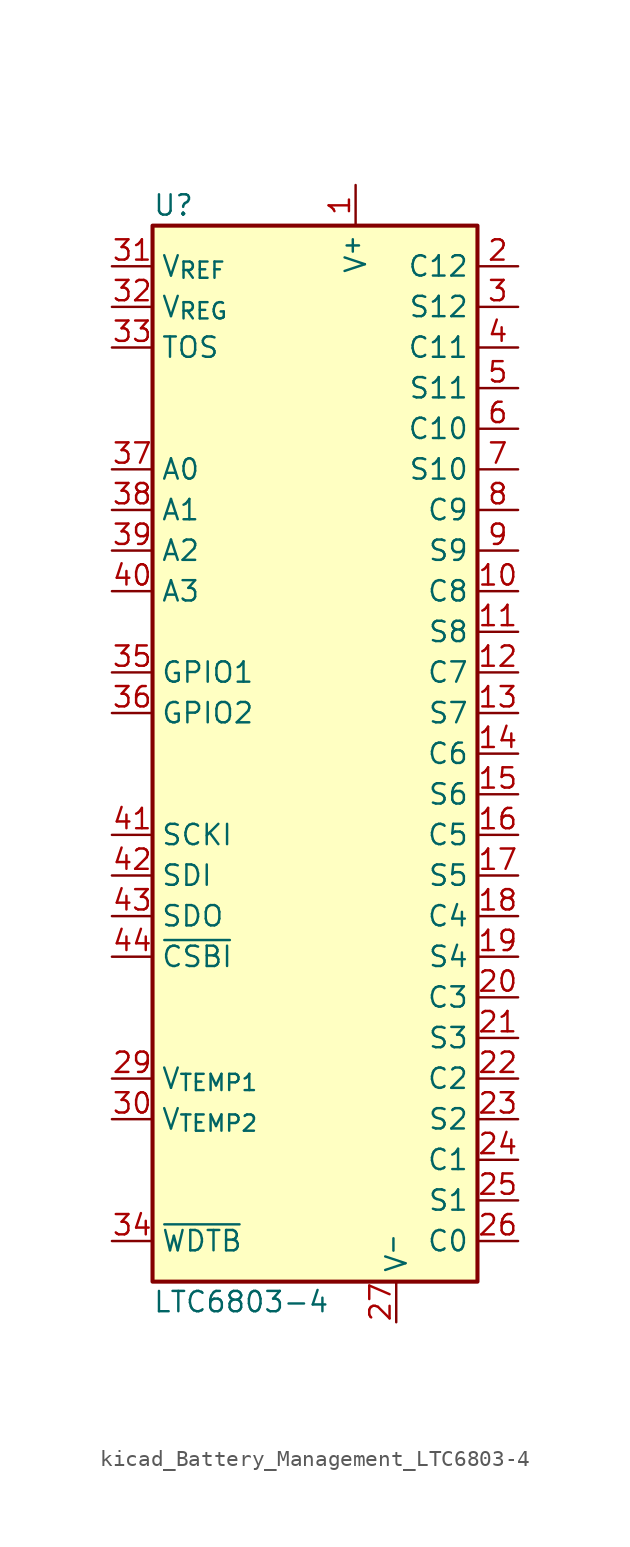
<source format=kicad_sym>
(kicad_symbol_lib
  (version 20220914)
  (generator kicad_symbol_editor)
  (symbol "kicad_Battery_Management_LTC6803-4"
    (property "Reference" "U"
      (at -10.16 34.29 0)
      (effects (font (size 1.27 1.27)) (justify left)))
    (property "Value" "LTC6803-4"
      (at -10.16 -34.29 0)
      (effects (font (size 1.27 1.27)) (justify left)))
    (symbol "kicad_Battery_Management_LTC6803-4_0_1"
      (rectangle (start 10.16 -33.02) (end -10.16 33.02) (stroke (width 0.254) (type default)) (fill (type background))))
    (symbol "kicad_Battery_Management_LTC6803-4_1_1"
      (pin input line (at 2.54 35.56 270) (length 2.54) (name "V^{+}" (effects (font (size 1.27 1.27)))) (number "1" (effects (font (size 1.27 1.27)))))
      (pin input line (at 12.7 10.16 180) (length 2.54) (name "C8" (effects (font (size 1.27 1.27)))) (number "10" (effects (font (size 1.27 1.27)))))
      (pin input line (at 12.7 7.62 180) (length 2.54) (name "S8" (effects (font (size 1.27 1.27)))) (number "11" (effects (font (size 1.27 1.27)))))
      (pin input line (at 12.7 5.08 180) (length 2.54) (name "C7" (effects (font (size 1.27 1.27)))) (number "12" (effects (font (size 1.27 1.27)))))
      (pin input line (at 12.7 2.54 180) (length 2.54) (name "S7" (effects (font (size 1.27 1.27)))) (number "13" (effects (font (size 1.27 1.27)))))
      (pin input line (at 12.7 0 180) (length 2.54) (name "C6" (effects (font (size 1.27 1.27)))) (number "14" (effects (font (size 1.27 1.27)))))
      (pin input line (at 12.7 -2.54 180) (length 2.54) (name "S6" (effects (font (size 1.27 1.27)))) (number "15" (effects (font (size 1.27 1.27)))))
      (pin input line (at 12.7 -5.08 180) (length 2.54) (name "C5" (effects (font (size 1.27 1.27)))) (number "16" (effects (font (size 1.27 1.27)))))
      (pin input line (at 12.7 -7.62 180) (length 2.54) (name "S5" (effects (font (size 1.27 1.27)))) (number "17" (effects (font (size 1.27 1.27)))))
      (pin input line (at 12.7 -10.16 180) (length 2.54) (name "C4" (effects (font (size 1.27 1.27)))) (number "18" (effects (font (size 1.27 1.27)))))
      (pin input line (at 12.7 -12.7 180) (length 2.54) (name "S4" (effects (font (size 1.27 1.27)))) (number "19" (effects (font (size 1.27 1.27)))))
      (pin input line (at 12.7 30.48 180) (length 2.54) (name "C12" (effects (font (size 1.27 1.27)))) (number "2" (effects (font (size 1.27 1.27)))))
      (pin input line (at 12.7 -15.24 180) (length 2.54) (name "C3" (effects (font (size 1.27 1.27)))) (number "20" (effects (font (size 1.27 1.27)))))
      (pin input line (at 12.7 -17.78 180) (length 2.54) (name "S3" (effects (font (size 1.27 1.27)))) (number "21" (effects (font (size 1.27 1.27)))))
      (pin input line (at 12.7 -20.32 180) (length 2.54) (name "C2" (effects (font (size 1.27 1.27)))) (number "22" (effects (font (size 1.27 1.27)))))
      (pin input line (at 12.7 -22.86 180) (length 2.54) (name "S2" (effects (font (size 1.27 1.27)))) (number "23" (effects (font (size 1.27 1.27)))))
      (pin input line (at 12.7 -25.4 180) (length 2.54) (name "C1" (effects (font (size 1.27 1.27)))) (number "24" (effects (font (size 1.27 1.27)))))
      (pin input line (at 12.7 -27.94 180) (length 2.54) (name "S1" (effects (font (size 1.27 1.27)))) (number "25" (effects (font (size 1.27 1.27)))))
      (pin input line (at 12.7 -30.48 180) (length 2.54) (name "C0" (effects (font (size 1.27 1.27)))) (number "26" (effects (font (size 1.27 1.27)))))
      (pin input line (at 5.08 -35.56 90) (length 2.54) (name "V^{-}" (effects (font (size 1.27 1.27)))) (number "27" (effects (font (size 1.27 1.27)))))
      (pin no_connect line (at 0 33.02 270) (length 2.54) hide (name "NC" (effects (font (size 1.27 1.27)))) (number "28" (effects (font (size 1.27 1.27)))))
      (pin input line (at -12.7 -20.32 0) (length 2.54) (name "V_{TEMP1}" (effects (font (size 1.27 1.27)))) (number "29" (effects (font (size 1.27 1.27)))))
      (pin input line (at 12.7 27.94 180) (length 2.54) (name "S12" (effects (font (size 1.27 1.27)))) (number "3" (effects (font (size 1.27 1.27)))))
      (pin input line (at -12.7 -22.86 0) (length 2.54) (name "V_{TEMP2}" (effects (font (size 1.27 1.27)))) (number "30" (effects (font (size 1.27 1.27)))))
      (pin input line (at -12.7 30.48 0) (length 2.54) (name "V_{REF}" (effects (font (size 1.27 1.27)))) (number "31" (effects (font (size 1.27 1.27)))))
      (pin input line (at -12.7 27.94 0) (length 2.54) (name "V_{REG}" (effects (font (size 1.27 1.27)))) (number "32" (effects (font (size 1.27 1.27)))))
      (pin input line (at -12.7 25.4 0) (length 2.54) (name "TOS" (effects (font (size 1.27 1.27)))) (number "33" (effects (font (size 1.27 1.27)))))
      (pin open_collector line (at -12.7 -30.48 0) (length 2.54) (name "~{WDTB}" (effects (font (size 1.27 1.27)))) (number "34" (effects (font (size 1.27 1.27)))))
      (pin input line (at -12.7 5.08 0) (length 2.54) (name "GPIO1" (effects (font (size 1.27 1.27)))) (number "35" (effects (font (size 1.27 1.27)))))
      (pin input line (at -12.7 2.54 0) (length 2.54) (name "GPIO2" (effects (font (size 1.27 1.27)))) (number "36" (effects (font (size 1.27 1.27)))))
      (pin input line (at -12.7 17.78 0) (length 2.54) (name "A0" (effects (font (size 1.27 1.27)))) (number "37" (effects (font (size 1.27 1.27)))))
      (pin input line (at -12.7 15.24 0) (length 2.54) (name "A1" (effects (font (size 1.27 1.27)))) (number "38" (effects (font (size 1.27 1.27)))))
      (pin input line (at -12.7 12.7 0) (length 2.54) (name "A2" (effects (font (size 1.27 1.27)))) (number "39" (effects (font (size 1.27 1.27)))))
      (pin input line (at 12.7 25.4 180) (length 2.54) (name "C11" (effects (font (size 1.27 1.27)))) (number "4" (effects (font (size 1.27 1.27)))))
      (pin input line (at -12.7 10.16 0) (length 2.54) (name "A3" (effects (font (size 1.27 1.27)))) (number "40" (effects (font (size 1.27 1.27)))))
      (pin input line (at -12.7 -5.08 0) (length 2.54) (name "SCKI" (effects (font (size 1.27 1.27)))) (number "41" (effects (font (size 1.27 1.27)))))
      (pin input line (at -12.7 -7.62 0) (length 2.54) (name "SDI" (effects (font (size 1.27 1.27)))) (number "42" (effects (font (size 1.27 1.27)))))
      (pin open_collector line (at -12.7 -10.16 0) (length 2.54) (name "SDO" (effects (font (size 1.27 1.27)))) (number "43" (effects (font (size 1.27 1.27)))))
      (pin input line (at -12.7 -12.7 0) (length 2.54) (name "~{CSBI}" (effects (font (size 1.27 1.27)))) (number "44" (effects (font (size 1.27 1.27)))))
      (pin input line (at 12.7 22.86 180) (length 2.54) (name "S11" (effects (font (size 1.27 1.27)))) (number "5" (effects (font (size 1.27 1.27)))))
      (pin input line (at 12.7 20.32 180) (length 2.54) (name "C10" (effects (font (size 1.27 1.27)))) (number "6" (effects (font (size 1.27 1.27)))))
      (pin input line (at 12.7 17.78 180) (length 2.54) (name "S10" (effects (font (size 1.27 1.27)))) (number "7" (effects (font (size 1.27 1.27)))))
      (pin input line (at 12.7 15.24 180) (length 2.54) (name "C9" (effects (font (size 1.27 1.27)))) (number "8" (effects (font (size 1.27 1.27)))))
      (pin input line (at 12.7 12.7 180) (length 2.54) (name "S9" (effects (font (size 1.27 1.27)))) (number "9" (effects (font (size 1.27 1.27))))))))
</source>
